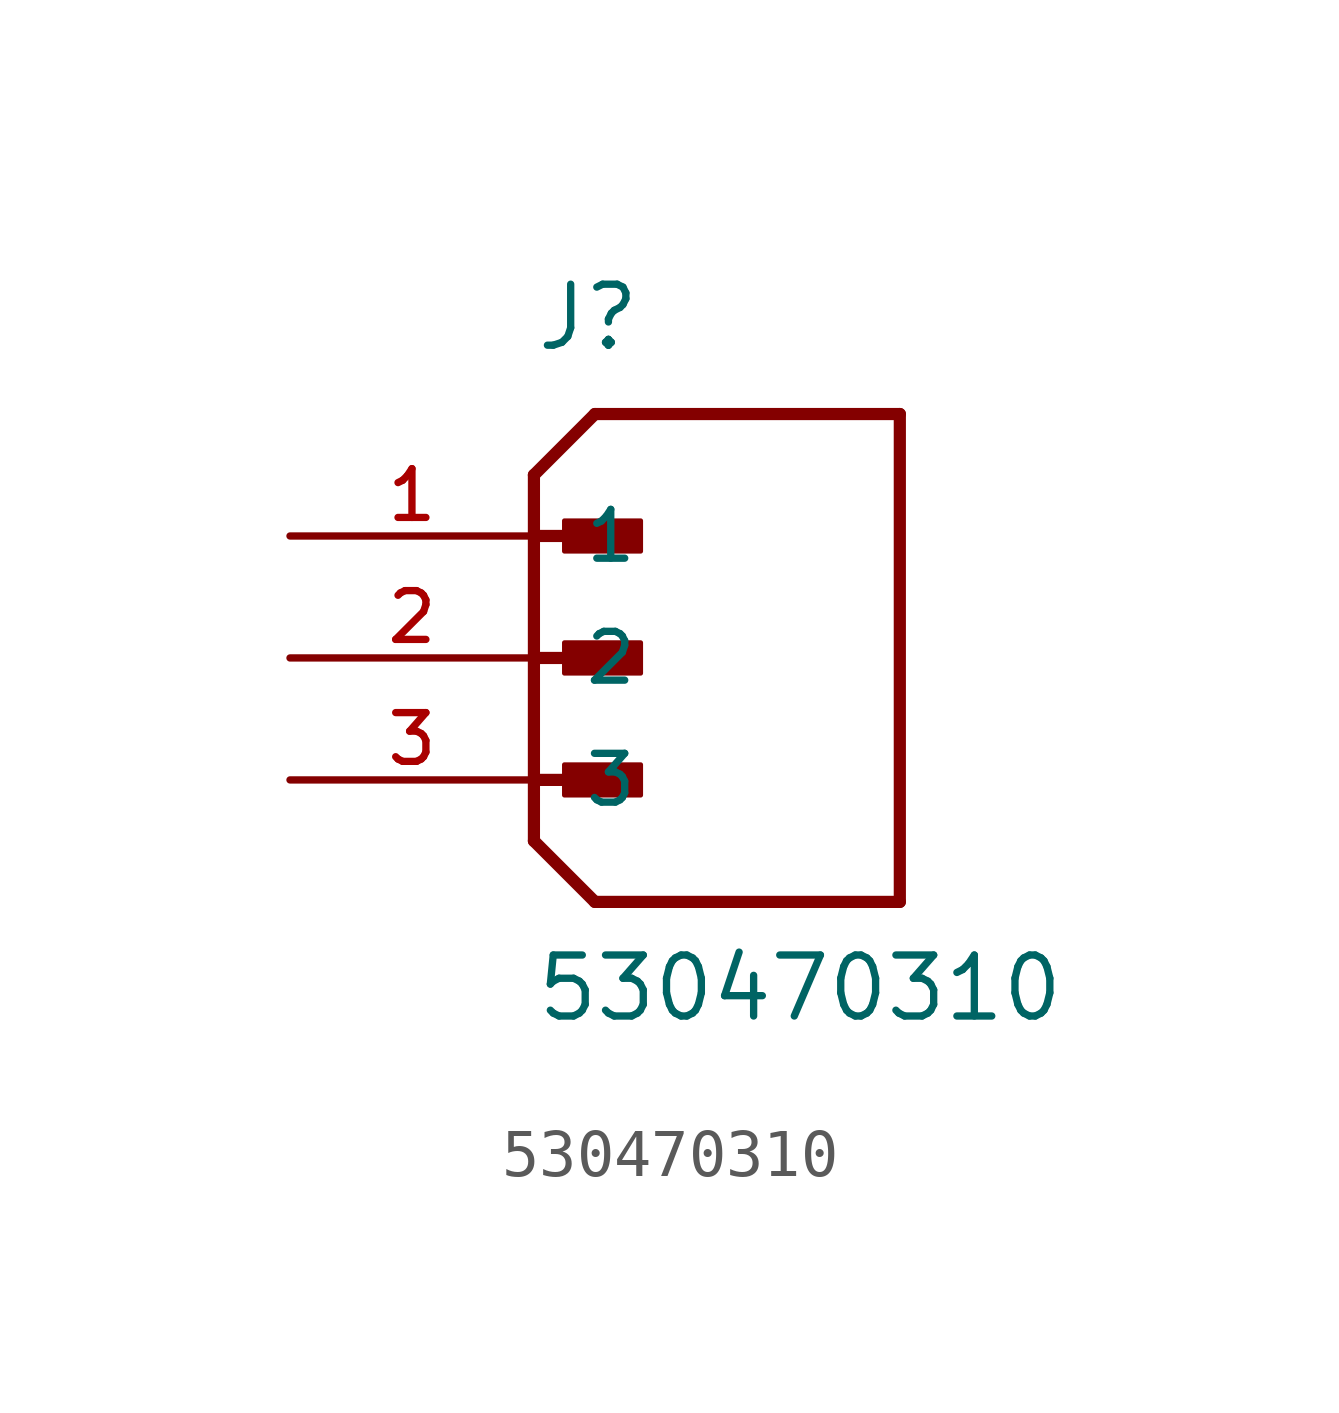
<source format=kicad_sym>
(kicad_symbol_lib
  (version 20211014)
  (generator kicad_symbol_editor)
  (symbol "530470310"
    (pin_names
      (offset 1.016))
    (property "Reference" "J"
      (at 0.0 6.35 0)
      (effects (font (size 1.27 1.27)) (justify bottom left)))
    (property "Value" "530470310"
      (at 0.0 -7.62 0)
      (effects (font (size 1.27 1.27)) (justify bottom left)))
    (symbol "530470310_0_0"
      (polyline (pts (xy 0.0 3.81) (xy 1.27 5.08)) (stroke (width 0.254)))
      (polyline (pts (xy 0.0 -3.81) (xy 1.27 -5.08)) (stroke (width 0.254)))
      (polyline (pts (xy 1.27 -5.08) (xy 7.62 -5.08)) (stroke (width 0.254)))
      (polyline (pts (xy 7.62 -5.08) (xy 7.62 5.08)) (stroke (width 0.254)))
      (polyline (pts (xy 7.62 5.08) (xy 1.27 5.08)) (stroke (width 0.254)))
      (polyline (pts (xy 0.0 2.54) (xy 1.905 2.54)) (stroke (width 0.254)))
      (rectangle (start 0.635 2.223) (end 2.223 2.857) (stroke (width 0.1)) (fill (type outline)))
      (polyline (pts (xy 0.0 0.0) (xy 1.905 0.0)) (stroke (width 0.254)))
      (rectangle (start 0.635 -0.318) (end 2.223 0.318) (stroke (width 0.1)) (fill (type outline)))
      (polyline (pts (xy 0.0 3.81) (xy 0.0 -3.81)) (stroke (width 0.254)))
      (polyline (pts (xy 0.0 -2.54) (xy 1.905 -2.54)) (stroke (width 0.254)))
      (rectangle (start 0.635 -2.857) (end 2.223 -2.223) (stroke (width 0.1)) (fill (type outline)))
      (pin passive line (at -5.08 2.54 0) (length 5.08) (name "1" (effects (font (size 1.016 1.016)))) (number "1" (effects (font (size 1.016 1.016)))))
      (pin passive line (at -5.08 0.0 0) (length 5.08) (name "2" (effects (font (size 1.016 1.016)))) (number "2" (effects (font (size 1.016 1.016)))))
      (pin passive line (at -5.08 -2.54 0) (length 5.08) (name "3" (effects (font (size 1.016 1.016)))) (number "3" (effects (font (size 1.016 1.016))))))))
</source>
